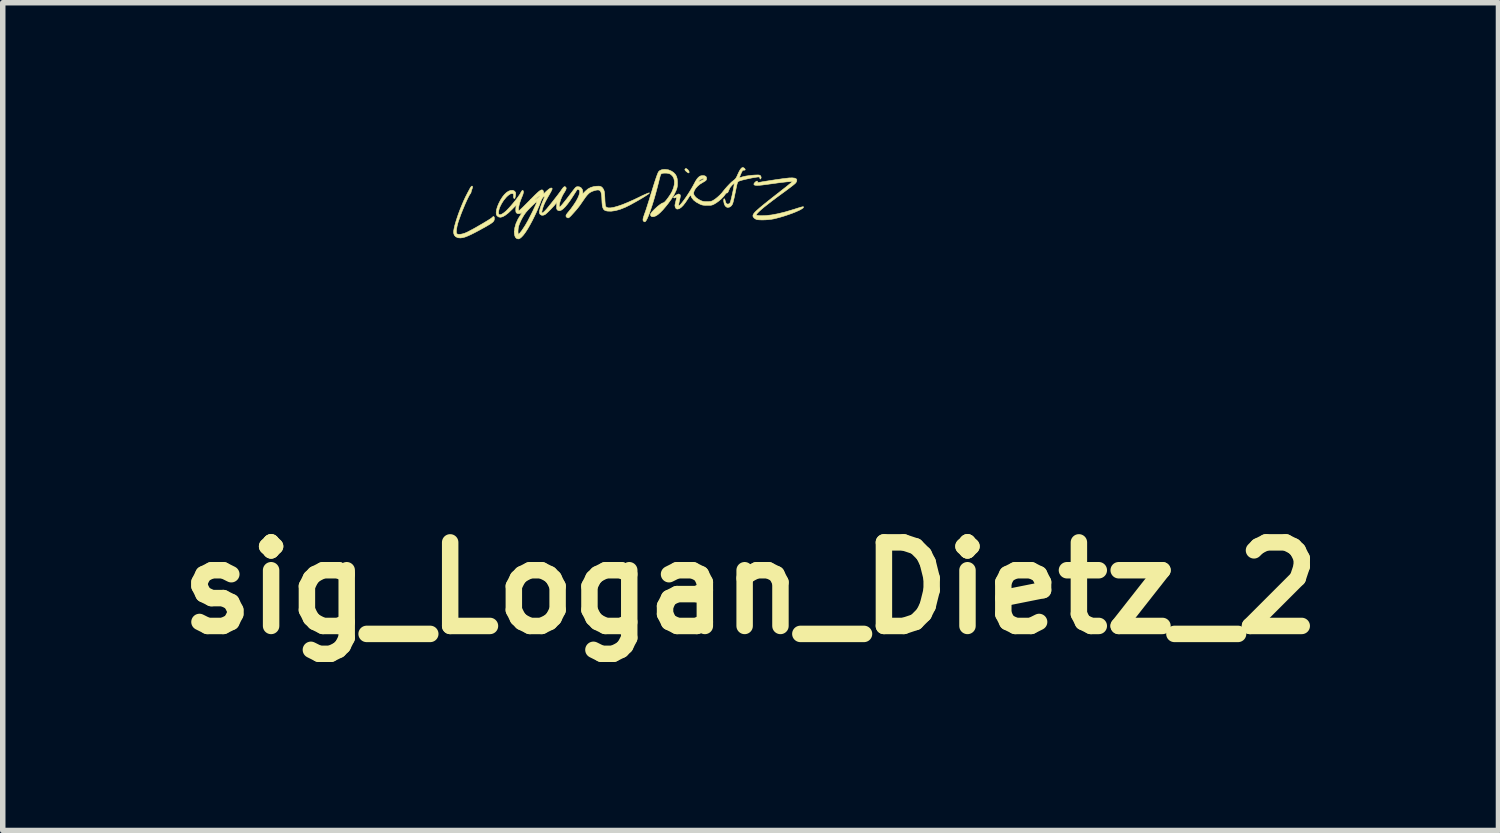
<source format=kicad_pcb>
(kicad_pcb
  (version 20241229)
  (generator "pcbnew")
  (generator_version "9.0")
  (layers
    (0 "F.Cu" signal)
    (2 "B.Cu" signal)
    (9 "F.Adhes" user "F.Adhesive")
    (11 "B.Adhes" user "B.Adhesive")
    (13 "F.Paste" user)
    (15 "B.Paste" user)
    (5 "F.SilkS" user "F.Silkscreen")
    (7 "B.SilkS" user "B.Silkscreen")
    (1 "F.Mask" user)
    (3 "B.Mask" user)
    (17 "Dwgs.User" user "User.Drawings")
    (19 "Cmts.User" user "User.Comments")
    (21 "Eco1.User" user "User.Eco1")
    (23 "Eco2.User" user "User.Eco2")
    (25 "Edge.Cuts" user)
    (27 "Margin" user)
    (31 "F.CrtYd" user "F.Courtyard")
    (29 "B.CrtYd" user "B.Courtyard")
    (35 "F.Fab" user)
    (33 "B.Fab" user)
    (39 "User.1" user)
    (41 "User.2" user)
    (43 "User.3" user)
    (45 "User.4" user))
  (footprint "sig_Logan_Dietz_2"
    (layer "F.Cu")
    (at 10.639 7.676)
    (property "Reference" "sig_Logan_Dietz_2" (at 0 0 0) (layer "F.SilkS") (effects (font (size 1.524 1.524) (thickness 0.3))))
    (attr through_hole)
    (fp_poly (pts (xy -1.169 -7.65) (xy -1.147 -7.633) (xy -1.141 -7.627) (xy -1.125 -7.603) (xy -1.12 -7.584) (xy -1.128 -7.573) (xy -1.13 -7.572) (xy -1.141 -7.576) (xy -1.159 -7.588) (xy -1.171 -7.597) (xy -1.192 -7.617) (xy -1.199 -7.632) (xy -1.198 -7.639) (xy -1.186 -7.652) (xy -1.169 -7.65)) (stroke (width 0.01) (type solid)) (fill yes) (layer "F.SilkS"))
    (fp_poly (pts (xy -5.073 -7.328) (xy -5.071 -7.312) (xy -5.078 -7.285) (xy -5.081 -7.277) (xy -5.091 -7.252) (xy -5.096 -7.229) (xy -5.097 -7.225) (xy -5.103 -7.204) (xy -5.113 -7.191) (xy -5.125 -7.174) (xy -5.141 -7.144) (xy -5.162 -7.103) (xy -5.185 -7.053) (xy -5.21 -6.997) (xy -5.235 -6.937) (xy -5.261 -6.874) (xy -5.285 -6.813) (xy -5.306 -6.754) (xy -5.325 -6.701) (xy -5.339 -6.657) (xy -5.353 -6.601) (xy -5.362 -6.551) (xy -5.366 -6.509) (xy -5.364 -6.479) (xy -5.357 -6.461) (xy -5.356 -6.461) (xy -5.334 -6.453) (xy -5.301 -6.452) (xy -5.261 -6.459) (xy -5.216 -6.472) (xy -5.18 -6.487) (xy -5.143 -6.505) (xy -5.099 -6.529) (xy -5.048 -6.556) (xy -4.995 -6.586) (xy -4.94 -6.618) (xy -4.886 -6.649) (xy -4.836 -6.679) (xy -4.792 -6.706) (xy -4.755 -6.729) (xy -4.729 -6.747) (xy -4.715 -6.758) (xy -4.715 -6.759) (xy -4.696 -6.776) (xy -4.683 -6.777) (xy -4.675 -6.762) (xy -4.674 -6.741) (xy -4.674 -6.724) (xy -4.678 -6.709) (xy -4.685 -6.695) (xy -4.697 -6.68) (xy -4.716 -6.664) (xy -4.743 -6.645) (xy -4.779 -6.623) (xy -4.826 -6.595) (xy -4.886 -6.562) (xy -4.953 -6.525) (xy -5.034 -6.482) (xy -5.102 -6.448) (xy -5.16 -6.422) (xy -5.208 -6.403) (xy -5.25 -6.392) (xy -5.286 -6.387) (xy -5.318 -6.388) (xy -5.341 -6.392) (xy -5.378 -6.409) (xy -5.404 -6.438) (xy -5.416 -6.477) (xy -5.416 -6.479) (xy -5.416 -6.512) (xy -5.408 -6.558) (xy -5.395 -6.615) (xy -5.376 -6.681) (xy -5.353 -6.753) (xy -5.327 -6.829) (xy -5.297 -6.908) (xy -5.265 -6.987) (xy -5.232 -7.064) (xy -5.198 -7.137) (xy -5.164 -7.203) (xy -5.163 -7.205) (xy -5.145 -7.239) (xy -5.127 -7.272) (xy -5.114 -7.297) (xy -5.112 -7.3) (xy -5.095 -7.324) (xy -5.082 -7.333) (xy -5.073 -7.328)) (stroke (width 0.01) (type solid)) (fill yes) (layer "F.SilkS"))
    (fp_poly (pts (xy -1.5 -7.629) (xy -1.442 -7.605) (xy -1.402 -7.577) (xy -1.372 -7.545) (xy -1.351 -7.508) (xy -1.339 -7.465) (xy -1.334 -7.41) (xy -1.334 -7.387) (xy -1.335 -7.346) (xy -1.339 -7.315) (xy -1.346 -7.286) (xy -1.359 -7.252) (xy -1.362 -7.245) (xy -1.398 -7.173) (xy -1.445 -7.097) (xy -1.505 -7.014) (xy -1.545 -6.964) (xy -1.6 -6.899) (xy -1.649 -6.849) (xy -1.692 -6.812) (xy -1.73 -6.788) (xy -1.765 -6.776) (xy -1.786 -6.773) (xy -1.811 -6.78) (xy -1.824 -6.797) (xy -1.825 -6.82) (xy -1.817 -6.836) (xy -1.797 -6.863) (xy -1.769 -6.893) (xy -1.736 -6.925) (xy -1.702 -6.956) (xy -1.667 -6.984) (xy -1.637 -7.006) (xy -1.612 -7.021) (xy -1.595 -7.026) (xy -1.595 -7.026) (xy -1.582 -7.031) (xy -1.562 -7.048) (xy -1.538 -7.075) (xy -1.512 -7.109) (xy -1.485 -7.147) (xy -1.459 -7.186) (xy -1.437 -7.225) (xy -1.432 -7.235) (xy -1.405 -7.301) (xy -1.391 -7.363) (xy -1.389 -7.42) (xy -1.399 -7.47) (xy -1.421 -7.512) (xy -1.454 -7.544) (xy -1.479 -7.558) (xy -1.506 -7.565) (xy -1.539 -7.569) (xy -1.574 -7.569) (xy -1.605 -7.566) (xy -1.625 -7.559) (xy -1.629 -7.556) (xy -1.634 -7.551) (xy -1.638 -7.544) (xy -1.643 -7.534) (xy -1.648 -7.518) (xy -1.655 -7.494) (xy -1.664 -7.46) (xy -1.675 -7.413) (xy -1.685 -7.374) (xy -1.712 -7.271) (xy -1.739 -7.171) (xy -1.766 -7.078) (xy -1.793 -6.991) (xy -1.819 -6.912) (xy -1.843 -6.843) (xy -1.866 -6.785) (xy -1.887 -6.738) (xy -1.905 -6.704) (xy -1.921 -6.685) (xy -1.93 -6.68) (xy -1.94 -6.684) (xy -1.949 -6.689) (xy -1.959 -6.699) (xy -1.963 -6.714) (xy -1.961 -6.737) (xy -1.952 -6.77) (xy -1.937 -6.816) (xy -1.93 -6.836) (xy -1.917 -6.871) (xy -1.901 -6.919) (xy -1.883 -6.976) (xy -1.863 -7.038) (xy -1.843 -7.102) (xy -1.833 -7.137) (xy -1.803 -7.233) (xy -1.776 -7.32) (xy -1.752 -7.397) (xy -1.73 -7.463) (xy -1.711 -7.518) (xy -1.695 -7.559) (xy -1.684 -7.585) (xy -1.68 -7.593) (xy -1.655 -7.616) (xy -1.619 -7.631) (xy -1.572 -7.637) (xy -1.564 -7.637) (xy -1.5 -7.629)) (stroke (width 0.01) (type solid)) (fill yes) (layer "F.SilkS"))
    (fp_poly (pts (xy 0.804 -7.477) (xy 0.831 -7.465) (xy 0.843 -7.446) (xy 0.839 -7.42) (xy 0.835 -7.41) (xy 0.829 -7.4) (xy 0.821 -7.389) (xy 0.809 -7.377) (xy 0.791 -7.362) (xy 0.767 -7.342) (xy 0.735 -7.318) (xy 0.694 -7.287) (xy 0.642 -7.248) (xy 0.578 -7.201) (xy 0.572 -7.197) (xy 0.473 -7.124) (xy 0.385 -7.058) (xy 0.308 -6.998) (xy 0.242 -6.946) (xy 0.189 -6.901) (xy 0.148 -6.863) (xy 0.12 -6.834) (xy 0.106 -6.814) (xy 0.104 -6.804) (xy 0.114 -6.799) (xy 0.14 -6.795) (xy 0.182 -6.792) (xy 0.194 -6.792) (xy 0.284 -6.795) (xy 0.387 -6.807) (xy 0.503 -6.829) (xy 0.63 -6.86) (xy 0.767 -6.901) (xy 0.792 -6.908) (xy 0.849 -6.927) (xy 0.892 -6.94) (xy 0.923 -6.949) (xy 0.943 -6.954) (xy 0.956 -6.956) (xy 0.963 -6.955) (xy 0.965 -6.951) (xy 0.965 -6.947) (xy 0.957 -6.934) (xy 0.935 -6.918) (xy 0.901 -6.898) (xy 0.856 -6.877) (xy 0.803 -6.854) (xy 0.743 -6.831) (xy 0.68 -6.809) (xy 0.614 -6.787) (xy 0.548 -6.767) (xy 0.485 -6.75) (xy 0.425 -6.735) (xy 0.378 -6.727) (xy 0.329 -6.721) (xy 0.276 -6.717) (xy 0.221 -6.715) (xy 0.171 -6.716) (xy 0.129 -6.719) (xy 0.11 -6.723) (xy 0.085 -6.734) (xy 0.062 -6.752) (xy 0.046 -6.773) (xy 0.042 -6.787) (xy 0.043 -6.798) (xy 0.047 -6.81) (xy 0.054 -6.824) (xy 0.065 -6.839) (xy 0.081 -6.858) (xy 0.104 -6.88) (xy 0.133 -6.906) (xy 0.169 -6.938) (xy 0.215 -6.976) (xy 0.269 -7.02) (xy 0.334 -7.072) (xy 0.41 -7.132) (xy 0.498 -7.201) (xy 0.576 -7.262) (xy 0.618 -7.295) (xy 0.659 -7.327) (xy 0.693 -7.355) (xy 0.72 -7.377) (xy 0.736 -7.391) (xy 0.737 -7.391) (xy 0.766 -7.418) (xy 0.694 -7.412) (xy 0.662 -7.41) (xy 0.617 -7.405) (xy 0.564 -7.399) (xy 0.508 -7.392) (xy 0.466 -7.386) (xy 0.408 -7.378) (xy 0.348 -7.37) (xy 0.291 -7.362) (xy 0.242 -7.356) (xy 0.216 -7.352) (xy 0.153 -7.346) (xy 0.107 -7.345) (xy 0.076 -7.349) (xy 0.061 -7.359) (xy 0.061 -7.375) (xy 0.077 -7.397) (xy 0.083 -7.403) (xy 0.105 -7.42) (xy 0.12 -7.424) (xy 0.127 -7.414) (xy 0.127 -7.409) (xy 0.128 -7.401) (xy 0.134 -7.398) (xy 0.147 -7.398) (xy 0.173 -7.403) (xy 0.184 -7.405) (xy 0.222 -7.412) (xy 0.272 -7.42) (xy 0.33 -7.429) (xy 0.394 -7.439) (xy 0.46 -7.449) (xy 0.525 -7.458) (xy 0.585 -7.467) (xy 0.638 -7.473) (xy 0.68 -7.478) (xy 0.704 -7.481) (xy 0.762 -7.482) (xy 0.804 -7.477)) (stroke (width 0.01) (type solid)) (fill yes) (layer "F.SilkS"))
    (fp_poly (pts (xy -0.129 -7.668) (xy -0.11 -7.654) (xy -0.098 -7.636) (xy -0.102 -7.625) (xy -0.12 -7.622) (xy -0.125 -7.622) (xy -0.136 -7.622) (xy -0.145 -7.616) (xy -0.155 -7.602) (xy -0.168 -7.576) (xy -0.176 -7.558) (xy -0.189 -7.528) (xy -0.198 -7.504) (xy -0.202 -7.49) (xy -0.201 -7.488) (xy -0.191 -7.488) (xy -0.173 -7.493) (xy -0.173 -7.493) (xy -0.136 -7.504) (xy -0.087 -7.515) (xy -0.03 -7.523) (xy 0.032 -7.53) (xy 0.072 -7.533) (xy 0.113 -7.535) (xy 0.141 -7.535) (xy 0.159 -7.533) (xy 0.17 -7.529) (xy 0.178 -7.523) (xy 0.181 -7.52) (xy 0.192 -7.497) (xy 0.191 -7.481) (xy 0.184 -7.464) (xy 0.175 -7.46) (xy 0.17 -7.469) (xy 0.169 -7.476) (xy 0.166 -7.492) (xy 0.161 -7.497) (xy 0.147 -7.499) (xy 0.12 -7.497) (xy 0.083 -7.491) (xy 0.038 -7.484) (xy -0.011 -7.474) (xy -0.062 -7.463) (xy -0.11 -7.452) (xy -0.154 -7.441) (xy -0.191 -7.43) (xy -0.216 -7.421) (xy -0.226 -7.415) (xy -0.232 -7.409) (xy -0.238 -7.397) (xy -0.244 -7.38) (xy -0.251 -7.354) (xy -0.259 -7.317) (xy -0.269 -7.268) (xy -0.282 -7.205) (xy -0.285 -7.192) (xy -0.295 -7.141) (xy -0.306 -7.093) (xy -0.316 -7.051) (xy -0.325 -7.02) (xy -0.33 -7.005) (xy -0.352 -6.972) (xy -0.383 -6.95) (xy -0.417 -6.943) (xy -0.442 -6.951) (xy -0.464 -6.972) (xy -0.48 -7.005) (xy -0.489 -7.046) (xy -0.491 -7.072) (xy -0.488 -7.095) (xy -0.481 -7.102) (xy -0.472 -7.094) (xy -0.465 -7.071) (xy -0.465 -7.07) (xy -0.454 -7.034) (xy -0.441 -7.012) (xy -0.422 -7.004) (xy -0.411 -7.004) (xy -0.391 -7.01) (xy -0.376 -7.026) (xy -0.371 -7.036) (xy -0.365 -7.052) (xy -0.358 -7.08) (xy -0.349 -7.117) (xy -0.339 -7.16) (xy -0.329 -7.206) (xy -0.319 -7.252) (xy -0.311 -7.296) (xy -0.304 -7.333) (xy -0.3 -7.361) (xy -0.298 -7.377) (xy -0.299 -7.38) (xy -0.306 -7.376) (xy -0.322 -7.364) (xy -0.341 -7.346) (xy -0.376 -7.303) (xy -0.398 -7.256) (xy -0.41 -7.227) (xy -0.42 -7.211) (xy -0.429 -7.207) (xy -0.432 -7.208) (xy -0.446 -7.203) (xy -0.463 -7.183) (xy -0.469 -7.174) (xy -0.496 -7.139) (xy -0.534 -7.1) (xy -0.578 -7.062) (xy -0.623 -7.029) (xy -0.654 -7.01) (xy -0.679 -6.996) (xy -0.7 -6.988) (xy -0.721 -6.983) (xy -0.749 -6.981) (xy -0.787 -6.981) (xy -0.792 -6.981) (xy -0.833 -6.982) (xy -0.864 -6.984) (xy -0.888 -6.989) (xy -0.912 -6.998) (xy -0.926 -7.004) (xy -0.99 -7.039) (xy -1.038 -7.076) (xy -1.071 -7.117) (xy -1.078 -7.13) (xy -1.098 -7.173) (xy -1.143 -7.102) (xy -1.189 -7.033) (xy -1.23 -6.98) (xy -1.268 -6.943) (xy -1.302 -6.92) (xy -1.332 -6.913) (xy -1.347 -6.915) (xy -1.362 -6.926) (xy -1.374 -6.947) (xy -1.38 -6.973) (xy -1.38 -6.979) (xy -1.378 -6.996) (xy -1.372 -7.024) (xy -1.364 -7.057) (xy -1.363 -7.061) (xy -1.356 -7.091) (xy -1.351 -7.114) (xy -1.35 -7.126) (xy -1.35 -7.127) (xy -1.359 -7.126) (xy -1.371 -7.121) (xy -1.39 -7.115) (xy -1.403 -7.121) (xy -1.405 -7.13) (xy -1.399 -7.139) (xy -1.382 -7.152) (xy -1.359 -7.167) (xy -1.336 -7.18) (xy -1.317 -7.187) (xy -1.312 -7.188) (xy -1.295 -7.182) (xy -1.286 -7.175) (xy -1.282 -7.166) (xy -1.281 -7.152) (xy -1.284 -7.129) (xy -1.291 -7.095) (xy -1.294 -7.084) (xy -1.304 -7.038) (xy -1.31 -7.007) (xy -1.312 -6.988) (xy -1.309 -6.978) (xy -1.305 -6.977) (xy -1.292 -6.984) (xy -1.273 -7.003) (xy -1.247 -7.034) (xy -1.218 -7.073) (xy -1.185 -7.119) (xy -1.151 -7.169) (xy -1.117 -7.222) (xy -1.084 -7.276) (xy -1.054 -7.329) (xy -1.034 -7.366) (xy -1.006 -7.417) (xy -0.948 -7.417) (xy -0.938 -7.417) (xy -0.916 -7.425) (xy -0.895 -7.435) (xy -0.871 -7.448) (xy -0.856 -7.459) (xy -0.853 -7.465) (xy -0.853 -7.466) (xy -0.877 -7.466) (xy -0.905 -7.455) (xy -0.926 -7.442) (xy -0.944 -7.426) (xy -0.948 -7.417) (xy -1.006 -7.417) (xy -1.004 -7.421) (xy -0.977 -7.463) (xy -0.952 -7.492) (xy -0.927 -7.511) (xy -0.908 -7.519) (xy -0.877 -7.524) (xy -0.846 -7.522) (xy -0.821 -7.512) (xy -0.813 -7.505) (xy -0.803 -7.483) (xy -0.804 -7.457) (xy -0.813 -7.438) (xy -0.826 -7.427) (xy -0.848 -7.413) (xy -0.874 -7.398) (xy -0.924 -7.367) (xy -0.967 -7.331) (xy -1.002 -7.292) (xy -1.026 -7.252) (xy -1.039 -7.215) (xy -1.038 -7.185) (xy -1.023 -7.154) (xy -0.994 -7.122) (xy -0.953 -7.092) (xy -0.924 -7.076) (xy -0.894 -7.062) (xy -0.869 -7.054) (xy -0.842 -7.05) (xy -0.807 -7.049) (xy -0.796 -7.049) (xy -0.755 -7.05) (xy -0.726 -7.053) (xy -0.703 -7.061) (xy -0.69 -7.067) (xy -0.65 -7.092) (xy -0.606 -7.127) (xy -0.562 -7.167) (xy -0.524 -7.207) (xy -0.508 -7.227) (xy -0.469 -7.276) (xy -0.427 -7.324) (xy -0.385 -7.368) (xy -0.347 -7.406) (xy -0.314 -7.432) (xy -0.313 -7.433) (xy -0.293 -7.449) (xy -0.277 -7.465) (xy -0.263 -7.485) (xy -0.248 -7.513) (xy -0.232 -7.55) (xy -0.207 -7.602) (xy -0.185 -7.639) (xy -0.165 -7.662) (xy -0.147 -7.671) (xy -0.129 -7.668)) (stroke (width 0.01) (type solid)) (fill yes) (layer "F.SilkS"))
    (fp_poly (pts (xy -2.731 -7.324) (xy -2.709 -7.309) (xy -2.69 -7.284) (xy -2.682 -7.271) (xy -2.675 -7.254) (xy -2.669 -7.235) (xy -2.665 -7.21) (xy -2.662 -7.176) (xy -2.659 -7.131) (xy -2.658 -7.108) (xy -2.656 -7.062) (xy -2.653 -7.022) (xy -2.65 -6.99) (xy -2.647 -6.97) (xy -2.646 -6.966) (xy -2.628 -6.945) (xy -2.597 -6.935) (xy -2.552 -6.935) (xy -2.494 -6.945) (xy -2.423 -6.965) (xy -2.338 -6.994) (xy -2.24 -7.034) (xy -2.13 -7.083) (xy -2.038 -7.127) (xy -1.973 -7.159) (xy -1.921 -7.182) (xy -1.884 -7.198) (xy -1.859 -7.207) (xy -1.846 -7.209) (xy -1.845 -7.208) (xy -1.849 -7.201) (xy -1.866 -7.186) (xy -1.896 -7.166) (xy -1.936 -7.14) (xy -1.987 -7.109) (xy -2.045 -7.075) (xy -2.11 -7.038) (xy -2.181 -6.999) (xy -2.187 -6.995) (xy -2.286 -6.946) (xy -2.379 -6.909) (xy -2.465 -6.885) (xy -2.543 -6.874) (xy -2.606 -6.876) (xy -2.639 -6.882) (xy -2.665 -6.894) (xy -2.683 -6.912) (xy -2.696 -6.94) (xy -2.705 -6.978) (xy -2.71 -7.031) (xy -2.712 -7.07) (xy -2.715 -7.135) (xy -2.721 -7.185) (xy -2.729 -7.221) (xy -2.742 -7.245) (xy -2.76 -7.258) (xy -2.785 -7.262) (xy -2.817 -7.258) (xy -2.841 -7.252) (xy -2.882 -7.239) (xy -2.916 -7.223) (xy -2.947 -7.202) (xy -2.977 -7.172) (xy -3.009 -7.133) (xy -3.045 -7.081) (xy -3.048 -7.077) (xy -3.086 -7.022) (xy -3.118 -6.976) (xy -3.149 -6.936) (xy -3.181 -6.897) (xy -3.218 -6.855) (xy -3.246 -6.824) (xy -3.276 -6.791) (xy -3.299 -6.769) (xy -3.315 -6.756) (xy -3.327 -6.752) (xy -3.338 -6.754) (xy -3.349 -6.76) (xy -3.364 -6.774) (xy -3.368 -6.79) (xy -3.361 -6.811) (xy -3.341 -6.839) (xy -3.325 -6.858) (xy -3.272 -6.924) (xy -3.225 -6.99) (xy -3.184 -7.053) (xy -3.152 -7.112) (xy -3.13 -7.164) (xy -3.118 -7.207) (xy -3.118 -7.213) (xy -3.116 -7.238) (xy -3.119 -7.253) (xy -3.127 -7.261) (xy -3.136 -7.265) (xy -3.153 -7.272) (xy -3.161 -7.272) (xy -3.166 -7.264) (xy -3.179 -7.244) (xy -3.197 -7.216) (xy -3.22 -7.18) (xy -3.23 -7.164) (xy -3.286 -7.078) (xy -3.337 -7.008) (xy -3.382 -6.954) (xy -3.422 -6.915) (xy -3.457 -6.891) (xy -3.487 -6.883) (xy -3.513 -6.889) (xy -3.526 -6.9) (xy -3.534 -6.912) (xy -3.538 -6.929) (xy -3.538 -6.954) (xy -3.537 -6.977) (xy -3.533 -7.037) (xy -3.559 -7.005) (xy -3.582 -6.977) (xy -3.611 -6.946) (xy -3.643 -6.912) (xy -3.676 -6.879) (xy -3.706 -6.85) (xy -3.732 -6.827) (xy -3.749 -6.813) (xy -3.752 -6.811) (xy -3.786 -6.8) (xy -3.815 -6.802) (xy -3.838 -6.816) (xy -3.851 -6.84) (xy -3.852 -6.854) (xy -3.849 -6.882) (xy -3.839 -6.922) (xy -3.824 -6.97) (xy -3.804 -7.022) (xy -3.792 -7.053) (xy -3.777 -7.088) (xy -3.764 -7.118) (xy -3.755 -7.138) (xy -3.752 -7.145) (xy -3.754 -7.15) (xy -3.768 -7.143) (xy -3.774 -7.139) (xy -3.799 -7.111) (xy -3.819 -7.072) (xy -3.855 -6.978) (xy -3.895 -6.884) (xy -3.937 -6.793) (xy -3.98 -6.706) (xy -4.023 -6.626) (xy -4.065 -6.553) (xy -4.105 -6.491) (xy -4.142 -6.441) (xy -4.175 -6.405) (xy -4.177 -6.403) (xy -4.204 -6.381) (xy -4.225 -6.37) (xy -4.245 -6.37) (xy -4.265 -6.376) (xy -4.285 -6.393) (xy -4.3 -6.423) (xy -4.308 -6.465) (xy -4.309 -6.496) (xy -4.309 -6.498) (xy -4.242 -6.498) (xy -4.24 -6.473) (xy -4.236 -6.457) (xy -4.231 -6.454) (xy -4.222 -6.462) (xy -4.205 -6.48) (xy -4.185 -6.505) (xy -4.178 -6.513) (xy -4.158 -6.543) (xy -4.132 -6.582) (xy -4.104 -6.626) (xy -4.079 -6.67) (xy -4.078 -6.671) (xy -4.058 -6.707) (xy -4.036 -6.75) (xy -4.012 -6.797) (xy -3.987 -6.846) (xy -3.963 -6.895) (xy -3.942 -6.941) (xy -3.923 -6.981) (xy -3.908 -7.014) (xy -3.899 -7.038) (xy -3.896 -7.048) (xy -3.896 -7.049) (xy -3.904 -7.045) (xy -3.921 -7.032) (xy -3.945 -7.01) (xy -3.974 -6.983) (xy -4.005 -6.953) (xy -4.036 -6.921) (xy -4.065 -6.891) (xy -4.089 -6.863) (xy -4.1 -6.851) (xy -4.131 -6.807) (xy -4.162 -6.756) (xy -4.191 -6.701) (xy -4.214 -6.648) (xy -4.23 -6.603) (xy -4.232 -6.594) (xy -4.238 -6.563) (xy -4.241 -6.53) (xy -4.242 -6.498) (xy -4.309 -6.498) (xy -4.301 -6.571) (xy -4.278 -6.651) (xy -4.24 -6.733) (xy -4.2 -6.798) (xy -4.166 -6.849) (xy -4.195 -6.836) (xy -4.227 -6.829) (xy -4.255 -6.832) (xy -4.274 -6.847) (xy -4.276 -6.85) (xy -4.282 -6.874) (xy -4.283 -6.907) (xy -4.28 -6.945) (xy -4.277 -6.961) (xy -4.274 -6.972) (xy -4.275 -6.978) (xy -4.281 -6.976) (xy -4.293 -6.966) (xy -4.313 -6.947) (xy -4.342 -6.917) (xy -4.359 -6.9) (xy -4.419 -6.843) (xy -4.472 -6.802) (xy -4.518 -6.775) (xy -4.558 -6.764) (xy -4.592 -6.768) (xy -4.619 -6.786) (xy -4.632 -6.802) (xy -4.638 -6.823) (xy -4.64 -6.851) (xy -4.634 -6.899) (xy -4.618 -6.955) (xy -4.593 -7.015) (xy -4.562 -7.076) (xy -4.526 -7.133) (xy -4.49 -7.178) (xy -4.453 -7.214) (xy -4.413 -7.24) (xy -4.375 -7.253) (xy -4.339 -7.255) (xy -4.31 -7.243) (xy -4.301 -7.235) (xy -4.29 -7.221) (xy -4.285 -7.206) (xy -4.285 -7.185) (xy -4.287 -7.165) (xy -4.292 -7.137) (xy -4.298 -7.116) (xy -4.302 -7.108) (xy -4.312 -7.105) (xy -4.32 -7.115) (xy -4.324 -7.134) (xy -4.324 -7.15) (xy -4.323 -7.177) (xy -4.33 -7.192) (xy -4.347 -7.197) (xy -4.349 -7.197) (xy -4.376 -7.192) (xy -4.406 -7.175) (xy -4.44 -7.146) (xy -4.458 -7.128) (xy -4.503 -7.074) (xy -4.542 -7.013) (xy -4.573 -6.951) (xy -4.581 -6.93) (xy -4.592 -6.891) (xy -4.597 -6.856) (xy -4.596 -6.829) (xy -4.588 -6.812) (xy -4.584 -6.81) (xy -4.564 -6.81) (xy -4.535 -6.822) (xy -4.501 -6.844) (xy -4.465 -6.873) (xy -4.45 -6.887) (xy -4.413 -6.926) (xy -4.373 -6.97) (xy -4.332 -7.018) (xy -4.292 -7.067) (xy -4.256 -7.114) (xy -4.226 -7.156) (xy -4.204 -7.189) (xy -4.197 -7.202) (xy -4.179 -7.235) (xy -4.165 -7.252) (xy -4.157 -7.254) (xy -4.145 -7.244) (xy -4.143 -7.222) (xy -4.15 -7.188) (xy -4.167 -7.143) (xy -4.169 -7.14) (xy -4.188 -7.092) (xy -4.205 -7.044) (xy -4.219 -6.998) (xy -4.228 -6.956) (xy -4.233 -6.922) (xy -4.233 -6.897) (xy -4.227 -6.884) (xy -4.224 -6.883) (xy -4.216 -6.889) (xy -4.197 -6.906) (xy -4.17 -6.931) (xy -4.135 -6.965) (xy -4.095 -7.005) (xy -4.051 -7.049) (xy -4.031 -7.069) (xy -4.02 -7.08) (xy -3.937 -7.08) (xy -3.93 -7.082) (xy -3.91 -7.094) (xy -3.888 -7.111) (xy -3.868 -7.128) (xy -3.853 -7.146) (xy -3.851 -7.149) (xy -3.851 -7.154) (xy -3.862 -7.148) (xy -3.884 -7.131) (xy -3.885 -7.13) (xy -3.914 -7.105) (xy -3.932 -7.088) (xy -3.937 -7.08) (xy -4.02 -7.08) (xy -3.975 -7.126) (xy -3.929 -7.172) (xy -3.892 -7.207) (xy -3.863 -7.233) (xy -3.84 -7.25) (xy -3.822 -7.26) (xy -3.809 -7.263) (xy -3.798 -7.262) (xy -3.789 -7.256) (xy -3.78 -7.241) (xy -3.775 -7.22) (xy -3.772 -7.193) (xy -3.716 -7.246) (xy -3.679 -7.277) (xy -3.65 -7.295) (xy -3.63 -7.298) (xy -3.619 -7.286) (xy -3.618 -7.286) (xy -3.621 -7.274) (xy -3.631 -7.251) (xy -3.647 -7.219) (xy -3.669 -7.181) (xy -3.675 -7.17) (xy -3.701 -7.126) (xy -3.726 -7.08) (xy -3.748 -7.038) (xy -3.764 -7.004) (xy -3.765 -7.002) (xy -3.779 -6.967) (xy -3.791 -6.93) (xy -3.801 -6.895) (xy -3.807 -6.866) (xy -3.808 -6.847) (xy -3.806 -6.843) (xy -3.795 -6.844) (xy -3.776 -6.857) (xy -3.749 -6.883) (xy -3.716 -6.919) (xy -3.702 -6.936) (xy -3.67 -6.975) (xy -3.634 -7.02) (xy -3.595 -7.069) (xy -3.556 -7.119) (xy -3.519 -7.167) (xy -3.486 -7.211) (xy -3.459 -7.248) (xy -3.44 -7.276) (xy -3.435 -7.283) (xy -3.413 -7.311) (xy -3.394 -7.323) (xy -3.377 -7.318) (xy -3.37 -7.311) (xy -3.363 -7.297) (xy -3.365 -7.279) (xy -3.376 -7.253) (xy -3.397 -7.217) (xy -3.408 -7.2) (xy -3.428 -7.166) (xy -3.446 -7.127) (xy -3.463 -7.086) (xy -3.476 -7.046) (xy -3.485 -7.009) (xy -3.49 -6.98) (xy -3.489 -6.959) (xy -3.481 -6.951) (xy -3.48 -6.951) (xy -3.471 -6.958) (xy -3.452 -6.977) (xy -3.426 -7.008) (xy -3.393 -7.049) (xy -3.353 -7.099) (xy -3.309 -7.157) (xy -3.278 -7.198) (xy -3.245 -7.242) (xy -3.221 -7.273) (xy -3.203 -7.295) (xy -3.19 -7.309) (xy -3.178 -7.317) (xy -3.167 -7.32) (xy -3.155 -7.322) (xy -3.153 -7.322) (xy -3.118 -7.317) (xy -3.089 -7.299) (xy -3.069 -7.27) (xy -3.06 -7.236) (xy -3.062 -7.206) (xy -3.063 -7.197) (xy -3.057 -7.198) (xy -3.044 -7.208) (xy -3.022 -7.23) (xy -3.017 -7.236) (xy -2.968 -7.279) (xy -2.914 -7.308) (xy -2.853 -7.325) (xy -2.805 -7.33) (xy -2.762 -7.331) (xy -2.731 -7.324)) (stroke (width 0.01) (type solid)) (fill yes) (layer "F.SilkS")))
  (gr_rect
    (start -3 -3)
    (end 24.278 12.095)
    (stroke (width 0.1) (type default))
    (fill no)
    (layer "Edge.Cuts")))
</source>
